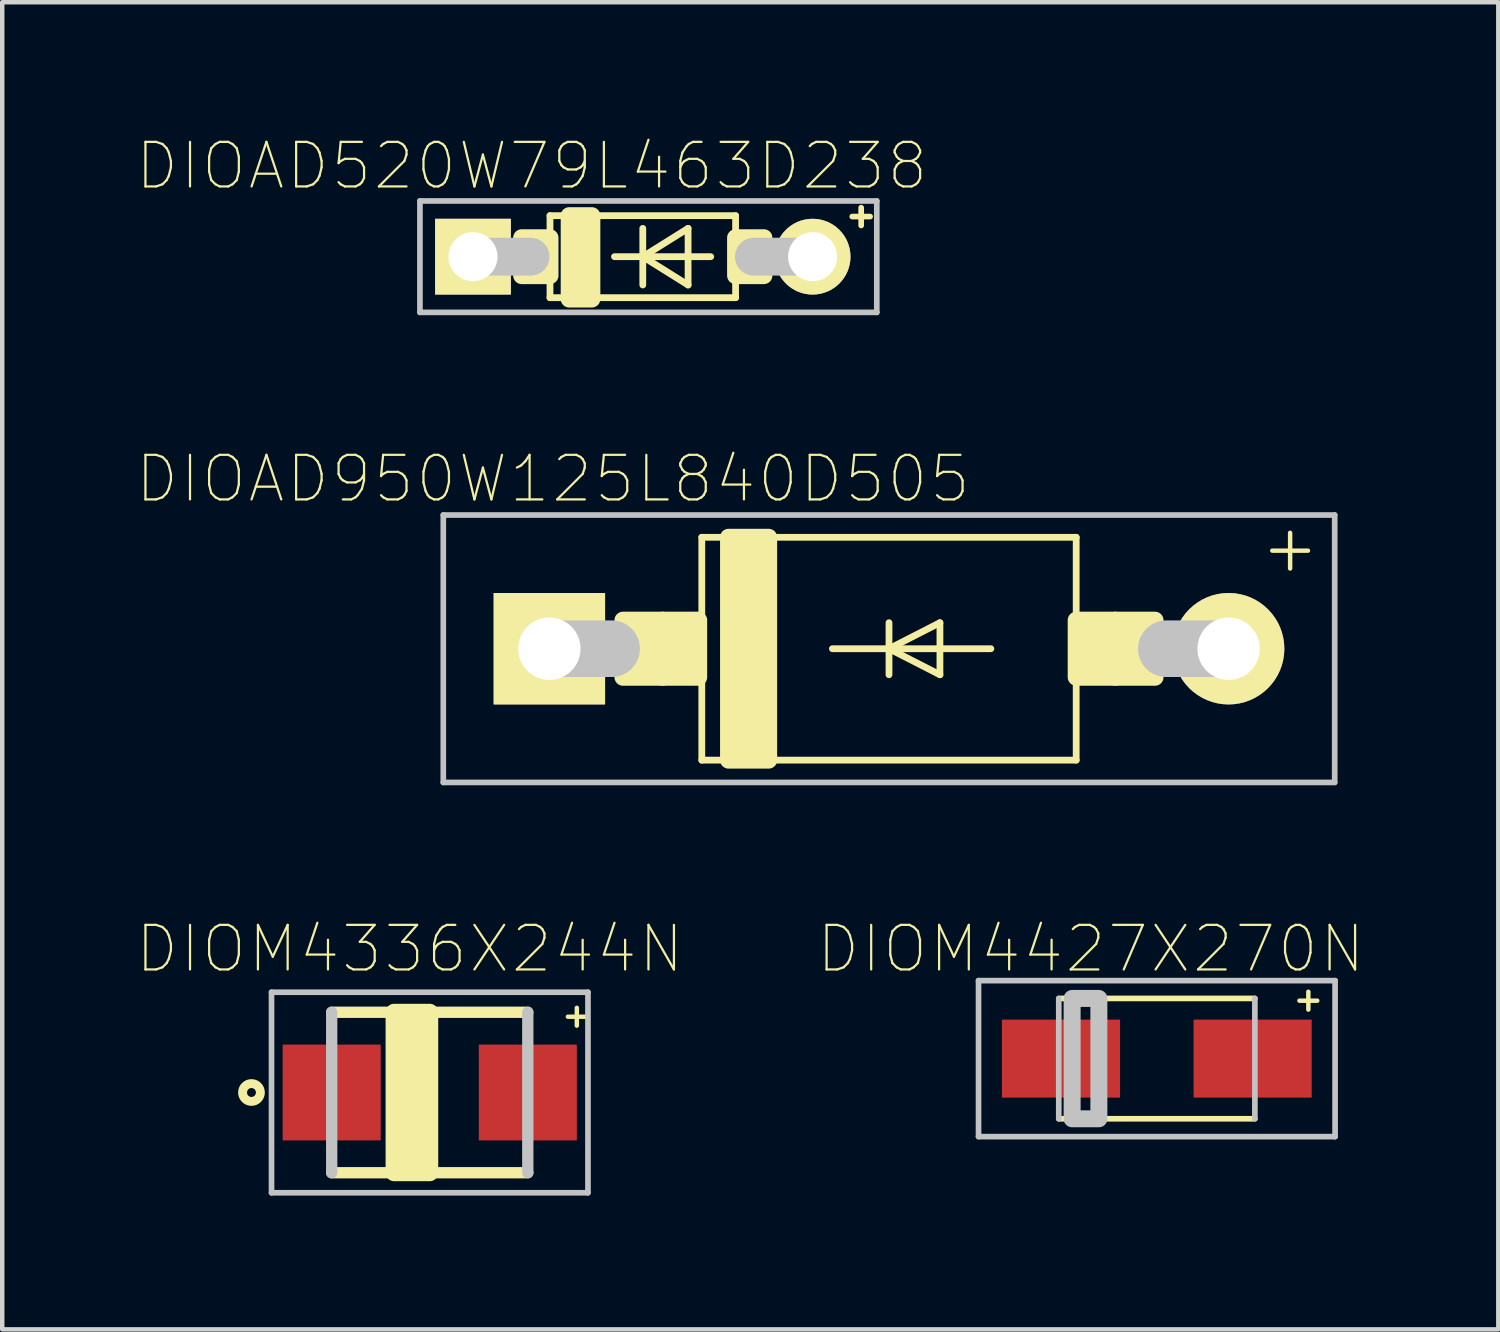
<source format=kicad_pcb>
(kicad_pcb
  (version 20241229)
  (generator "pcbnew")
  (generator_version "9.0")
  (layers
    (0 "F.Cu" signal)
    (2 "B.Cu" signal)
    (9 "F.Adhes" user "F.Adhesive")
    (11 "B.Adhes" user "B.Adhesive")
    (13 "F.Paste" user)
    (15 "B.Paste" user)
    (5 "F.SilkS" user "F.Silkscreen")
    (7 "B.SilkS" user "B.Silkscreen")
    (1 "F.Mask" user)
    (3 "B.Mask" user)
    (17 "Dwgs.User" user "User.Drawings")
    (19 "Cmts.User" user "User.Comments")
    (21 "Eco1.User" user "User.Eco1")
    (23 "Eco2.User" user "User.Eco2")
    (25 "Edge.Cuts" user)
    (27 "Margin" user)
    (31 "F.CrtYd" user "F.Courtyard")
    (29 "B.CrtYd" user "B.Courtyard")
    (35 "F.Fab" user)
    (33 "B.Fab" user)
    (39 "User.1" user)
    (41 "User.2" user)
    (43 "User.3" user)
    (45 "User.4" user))
  (footprint "DIOAD950W125L840D505"
    (layer "F.Cu")
    (at 16.896 11.505)
    (property "Reference" "DIOAD950W125L840D505" (at -7.54 -3.81 0) (layer "F.SilkS") (effects (font (size 1 1) (thickness 0.05))))
    (attr through_hole)
    (fp_line (start -4.2 -2.5) (end 4.2 -2.5) (stroke (width 0.152) (type solid)) (layer "F.SilkS"))
    (fp_line (start -4.2 2.5) (end -4.2 -2.5) (stroke (width 0.152) (type solid)) (layer "F.SilkS"))
    (fp_line (start -1.27 0) (end 0 0) (stroke (width 0.152) (type solid)) (layer "F.SilkS"))
    (fp_line (start 0 -0.584) (end 0 0) (stroke (width 0.152) (type solid)) (layer "F.SilkS"))
    (fp_line (start 0 0) (end 0 0.584) (stroke (width 0.152) (type solid)) (layer "F.SilkS"))
    (fp_line (start 0 0) (end 1.143 -0.584) (stroke (width 0.152) (type solid)) (layer "F.SilkS"))
    (fp_line (start 0 0) (end 2.286 0) (stroke (width 0.152) (type solid)) (layer "F.SilkS"))
    (fp_line (start 1.143 -0.584) (end 1.143 0.584) (stroke (width 0.152) (type solid)) (layer "F.SilkS"))
    (fp_line (start 1.143 0.584) (end 0 0) (stroke (width 0.152) (type solid)) (layer "F.SilkS"))
    (fp_line (start 4.2 -2.5) (end 4.2 2.5) (stroke (width 0.152) (type solid)) (layer "F.SilkS"))
    (fp_line (start 4.2 2.5) (end -4.2 2.5) (stroke (width 0.152) (type solid)) (layer "F.SilkS"))
    (fp_line (start 8.6 -2.2) (end 9.4 -2.2) (stroke (width 0.1) (type solid)) (layer "F.SilkS"))
    (fp_line (start 9 -2.6) (end 9 -1.8) (stroke (width 0.1) (type solid)) (layer "F.SilkS"))
    (fp_poly (pts (xy -5.969 -0.64) (xy -5.08 -0.64) (xy -5.08 0.64) (xy -5.969 0.64)) (stroke (width 0.381) (type solid)) (fill yes) (layer "F.SilkS"))
    (fp_poly (pts (xy -5.08 -0.64) (xy -4.27 -0.64) (xy -4.27 0.64) (xy -5.08 0.64)) (stroke (width 0.381) (type solid)) (fill yes) (layer "F.SilkS"))
    (fp_poly (pts (xy -3.6 -2.5) (xy -2.7 -2.5) (xy -2.7 2.5) (xy -3.6 2.5)) (stroke (width 0.381) (type solid)) (fill yes) (layer "F.SilkS"))
    (fp_poly (pts (xy 4.2 -0.64) (xy 5.08 -0.64) (xy 5.08 0.64) (xy 4.2 0.64)) (stroke (width 0.381) (type solid)) (fill yes) (layer "F.SilkS"))
    (fp_poly (pts (xy 5.08 -0.64) (xy 5.969 -0.64) (xy 5.969 0.64) (xy 5.08 0.64)) (stroke (width 0.381) (type solid)) (fill yes) (layer "F.SilkS"))
    (fp_line (start -10 -3) (end 10 -3) (stroke (width 0.127) (type solid)) (layer "Dwgs.User"))
    (fp_line (start -10 3) (end -10 -3) (stroke (width 0.127) (type solid)) (layer "Dwgs.User"))
    (fp_line (start -7.62 0) (end -6.223 0) (stroke (width 1.27) (type solid)) (layer "Dwgs.User"))
    (fp_line (start 7.62 0) (end 6.223 0) (stroke (width 1.27) (type solid)) (layer "Dwgs.User"))
    (fp_line (start 10 -3) (end 10 3) (stroke (width 0.127) (type solid)) (layer "Dwgs.User"))
    (fp_line (start 10 3) (end -10 3) (stroke (width 0.127) (type solid)) (layer "Dwgs.User"))
    (pad "A" thru_hole circle (at 7.62 0) (size 2.5 2.5) (drill 1.4) (layers "*.Cu" "*.Mask" "F.SilkS"))
    (pad "C" thru_hole rect (at -7.62 0) (size 2.5 2.5) (drill 1.4) (layers "*.Cu" "*.Mask" "F.SilkS")))
  (footprint "DIOAD520W79L463D238"
    (layer "F.Cu")
    (at 11.372 2.709)
    (property "Reference" "DIOAD520W79L463D238" (at -2.492 -2.036 0) (layer "F.SilkS") (effects (font (size 1 1) (thickness 0.05))))
    (attr through_hole)
    (fp_line (start -2.082 -0.92) (end -2.082 0.92) (stroke (width 0.152) (type solid)) (layer "F.SilkS"))
    (fp_line (start -2.082 -0.92) (end 2.082 -0.92) (stroke (width 0.152) (type solid)) (layer "F.SilkS"))
    (fp_line (start -0.635 0) (end 0 0) (stroke (width 0.152) (type solid)) (layer "F.SilkS"))
    (fp_line (start 0 -0.635) (end 0 0) (stroke (width 0.152) (type solid)) (layer "F.SilkS"))
    (fp_line (start 0 0) (end 0 0.635) (stroke (width 0.152) (type solid)) (layer "F.SilkS"))
    (fp_line (start 0 0) (end 1.016 -0.635) (stroke (width 0.152) (type solid)) (layer "F.SilkS"))
    (fp_line (start 0 0) (end 1.524 0) (stroke (width 0.152) (type solid)) (layer "F.SilkS"))
    (fp_line (start 1.016 -0.635) (end 1.016 0.635) (stroke (width 0.152) (type solid)) (layer "F.SilkS"))
    (fp_line (start 1.016 0.635) (end 0 0) (stroke (width 0.152) (type solid)) (layer "F.SilkS"))
    (fp_line (start 2.082 0.92) (end -2.082 0.92) (stroke (width 0.152) (type solid)) (layer "F.SilkS"))
    (fp_line (start 2.082 0.92) (end 2.082 -0.92) (stroke (width 0.152) (type solid)) (layer "F.SilkS"))
    (fp_line (start 4.7 -0.9) (end 5.1 -0.9) (stroke (width 0.127) (type solid)) (layer "F.SilkS"))
    (fp_line (start 4.9 -1.1) (end 4.9 -0.7) (stroke (width 0.127) (type solid)) (layer "F.SilkS"))
    (fp_poly (pts (xy -2.717 -0.425) (xy -2.082 -0.425) (xy -2.082 0.425) (xy -2.717 0.425)) (stroke (width 0.381) (type solid)) (fill yes) (layer "F.SilkS"))
    (fp_poly (pts (xy -1.651 -0.92) (xy -1.143 -0.92) (xy -1.143 0.95) (xy -1.651 0.95)) (stroke (width 0.381) (type solid)) (fill yes) (layer "F.SilkS"))
    (fp_poly (pts (xy 2.082 -0.425) (xy 2.717 -0.425) (xy 2.717 0.425) (xy 2.082 0.425)) (stroke (width 0.381) (type solid)) (fill yes) (layer "F.SilkS"))
    (fp_line (start -5 -1.25) (end 5.25 -1.25) (stroke (width 0.127) (type solid)) (layer "Dwgs.User"))
    (fp_line (start -5 1.25) (end -5 -1.25) (stroke (width 0.127) (type solid)) (layer "Dwgs.User"))
    (fp_line (start -3.81 0) (end -2.519 0) (stroke (width 0.85) (type solid)) (layer "Dwgs.User"))
    (fp_line (start 3.81 0) (end 2.494 0) (stroke (width 0.85) (type solid)) (layer "Dwgs.User"))
    (fp_line (start 5.25 -1.25) (end 5.25 1.25) (stroke (width 0.127) (type solid)) (layer "Dwgs.User"))
    (fp_line (start 5.25 1.25) (end -5 1.25) (stroke (width 0.127) (type solid)) (layer "Dwgs.User"))
    (pad "A" thru_hole circle (at 3.81 0) (size 1.7 1.7) (drill 1.1) (layers "*.Cu" "*.Mask" "F.SilkS"))
    (pad "C" thru_hole rect (at -3.81 0) (size 1.7 1.7) (drill 1.1) (layers "*.Cu" "*.Mask" "F.SilkS")))
  (footprint "DIOM4336X244N"
    (layer "F.Cu")
    (at 6.592 21.462)
    (property "Reference" "DIOM4336X244N" (at -0.45 -3.221 0) (layer "F.SilkS") (effects (font (size 1 1) (thickness 0.05))))
    (attr smd)
    (fp_line (start -2.2 -1.8) (end 2.2 -1.8) (stroke (width 0.254) (type solid)) (layer "F.SilkS"))
    (fp_line (start 2.2 1.8) (end -2.2 1.8) (stroke (width 0.254) (type solid)) (layer "F.SilkS"))
    (fp_line (start 3.1 -1.7) (end 3.5 -1.7) (stroke (width 0.1) (type solid)) (layer "F.SilkS"))
    (fp_line (start 3.3 -1.9) (end 3.3 -1.5) (stroke (width 0.1) (type solid)) (layer "F.SilkS"))
    (fp_circle (center -4 0) (end -3.8 0) (stroke (width 0.2) (type solid)) (fill no) (layer "F.SilkS"))
    (fp_poly (pts (xy -0.8 -1.8) (xy 0 -1.8) (xy 0 1.8) (xy -0.8 1.8)) (stroke (width 0.381) (type solid)) (fill yes) (layer "F.SilkS"))
    (fp_line (start -3.55 -2.25) (end 3.55 -2.25) (stroke (width 0.127) (type solid)) (layer "Dwgs.User"))
    (fp_line (start -3.55 2.25) (end -3.55 -2.25) (stroke (width 0.127) (type solid)) (layer "Dwgs.User"))
    (fp_line (start -2.2 1.8) (end -2.2 -1.8) (stroke (width 0.254) (type solid)) (layer "Dwgs.User"))
    (fp_line (start 2.2 -1.8) (end 2.2 1.8) (stroke (width 0.254) (type solid)) (layer "Dwgs.User"))
    (fp_line (start 3.55 -2.25) (end 3.55 2.25) (stroke (width 0.127) (type solid)) (layer "Dwgs.User"))
    (fp_line (start 3.55 2.25) (end -3.55 2.25) (stroke (width 0.127) (type solid)) (layer "Dwgs.User"))
    (pad "A" smd rect (at 2.2 0) (size 2.2 2.15) (layers "F.Cu" "F.Mask" "F.Paste"))
    (pad "C" smd rect (at -2.2 0) (size 2.2 2.15) (layers "F.Cu" "F.Mask" "F.Paste")))
  (footprint "DIOM4427X270N"
    (layer "F.Cu")
    (at 22.905 20.702)
    (property "Reference" "DIOM4427X270N" (at -1.48 -2.461 0) (layer "F.SilkS") (effects (font (size 1 1) (thickness 0.05))))
    (attr smd)
    (fp_line (start -2.2 -1.35) (end 2.2 -1.35) (stroke (width 0.127) (type solid)) (layer "F.SilkS"))
    (fp_line (start 2.2 1.35) (end -2.2 1.35) (stroke (width 0.127) (type solid)) (layer "F.SilkS"))
    (fp_line (start 3.2 -1.3) (end 3.6 -1.3) (stroke (width 0.1) (type solid)) (layer "F.SilkS"))
    (fp_line (start 3.4 -1.5) (end 3.4 -1.1) (stroke (width 0.1) (type solid)) (layer "F.SilkS"))
    (fp_line (start -4 -1.75) (end 4 -1.75) (stroke (width 0.127) (type solid)) (layer "Dwgs.User"))
    (fp_line (start -4 1.75) (end -4 -1.75) (stroke (width 0.127) (type solid)) (layer "Dwgs.User"))
    (fp_line (start -2.2 -1.35) (end -2.2 1.35) (stroke (width 0.127) (type solid)) (layer "Dwgs.User"))
    (fp_line (start 2.2 -1.35) (end 2.2 1.35) (stroke (width 0.127) (type solid)) (layer "Dwgs.User"))
    (fp_line (start 4 -1.75) (end 4 1.75) (stroke (width 0.127) (type solid)) (layer "Dwgs.User"))
    (fp_line (start 4 1.75) (end -4 1.75) (stroke (width 0.127) (type solid)) (layer "Dwgs.User"))
    (fp_poly (pts (xy -1.9 -1.35) (xy -1.3 -1.35) (xy -1.3 1.35) (xy -1.9 1.35)) (stroke (width 0.381) (type solid)) (fill no) (layer "Dwgs.User"))
    (pad "A" smd rect (at 2.15 0) (size 2.65 1.75) (layers "F.Cu" "F.Mask" "F.Paste"))
    (pad "C" smd rect (at -2.15 0) (size 2.65 1.75) (layers "F.Cu" "F.Mask" "F.Paste")))
  (gr_rect
    (start -3 -3)
    (end 30.567 26.776)
    (stroke (width 0.1) (type default))
    (fill no)
    (layer "Edge.Cuts")))
</source>
